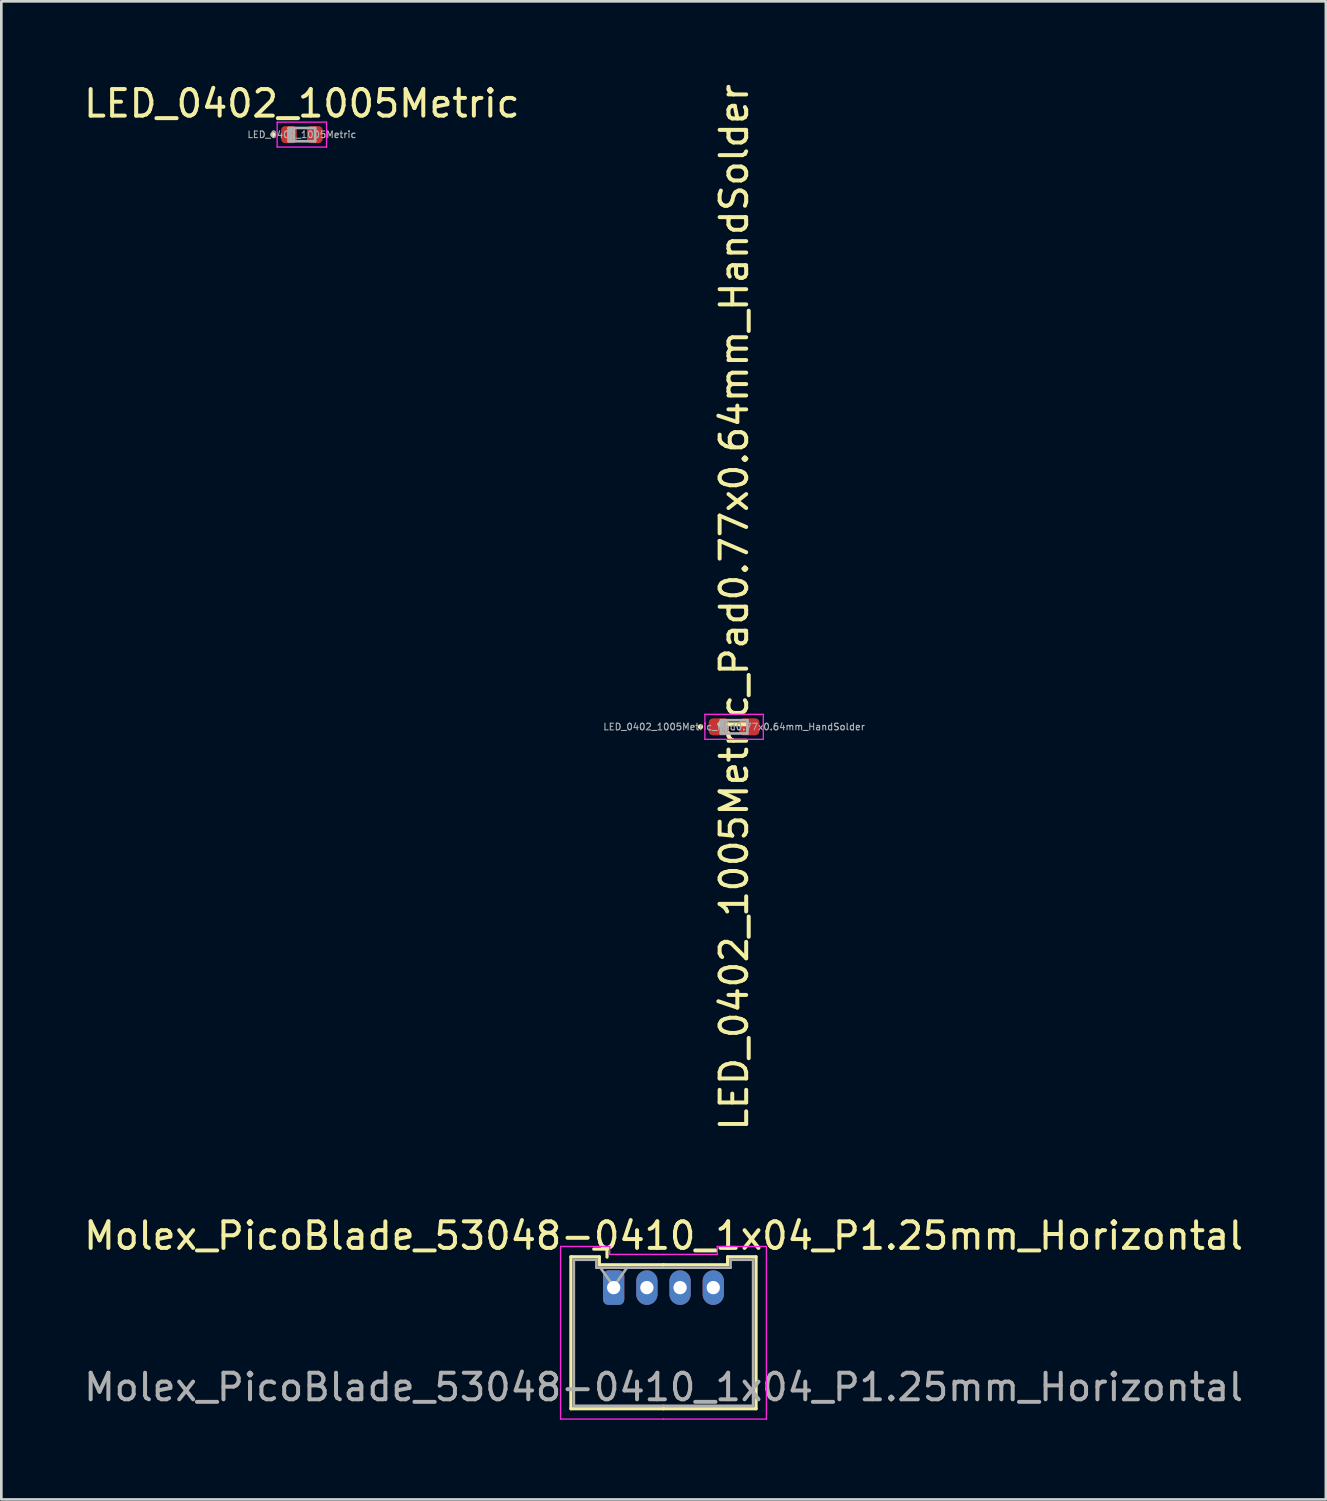
<source format=kicad_pcb>
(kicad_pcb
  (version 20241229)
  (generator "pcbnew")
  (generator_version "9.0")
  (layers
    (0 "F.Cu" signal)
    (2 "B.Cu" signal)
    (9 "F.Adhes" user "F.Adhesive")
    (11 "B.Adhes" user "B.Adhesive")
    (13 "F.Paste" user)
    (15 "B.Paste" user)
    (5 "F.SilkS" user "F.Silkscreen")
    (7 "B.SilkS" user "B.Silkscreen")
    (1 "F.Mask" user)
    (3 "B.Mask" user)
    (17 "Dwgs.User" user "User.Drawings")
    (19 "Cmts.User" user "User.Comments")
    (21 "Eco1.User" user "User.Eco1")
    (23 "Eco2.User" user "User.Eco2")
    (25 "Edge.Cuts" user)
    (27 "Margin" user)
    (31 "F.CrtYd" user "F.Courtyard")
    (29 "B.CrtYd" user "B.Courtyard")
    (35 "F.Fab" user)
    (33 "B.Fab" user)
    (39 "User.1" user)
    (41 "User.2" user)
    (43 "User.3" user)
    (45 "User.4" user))
  (footprint "Molex_PicoBlade_53048-0410_1x04_P1.25mm_Horizontal"
    (layer "F.Cu")
    (at 20.055 45.429)
    (property "Reference" "Molex_PicoBlade_53048-0410_1x04_P1.25mm_Horizontal" (at 1.88 -1.95 180) (layer "F.SilkS") (effects (font (size 1 1) (thickness 0.15))))
    (attr through_hole)
    (fp_line (start -1.61 -1.16) (end -1.61 4.56) (stroke (width 0.12) (type solid)) (layer "F.SilkS"))
    (fp_line (start -1.61 4.56) (end 1.875 4.56) (stroke (width 0.12) (type solid)) (layer "F.SilkS"))
    (fp_line (start -0.54 -1.16) (end -1.61 -1.16) (stroke (width 0.12) (type solid)) (layer "F.SilkS"))
    (fp_line (start -0.54 -0.86) (end -0.54 -1.16) (stroke (width 0.12) (type solid)) (layer "F.SilkS"))
    (fp_line (start -0.25 -1.45) (end -0.75 -1.45) (stroke (width 0.12) (type solid)) (layer "F.SilkS"))
    (fp_line (start -0.25 -1.15) (end -0.25 -1.45) (stroke (width 0.12) (type solid)) (layer "F.SilkS"))
    (fp_line (start 1.875 -0.86) (end -0.54 -0.86) (stroke (width 0.12) (type solid)) (layer "F.SilkS"))
    (fp_line (start 1.875 -0.86) (end 4.29 -0.86) (stroke (width 0.12) (type solid)) (layer "F.SilkS"))
    (fp_line (start 4.29 -1.16) (end 5.36 -1.16) (stroke (width 0.12) (type solid)) (layer "F.SilkS"))
    (fp_line (start 4.29 -0.86) (end 4.29 -1.16) (stroke (width 0.12) (type solid)) (layer "F.SilkS"))
    (fp_line (start 5.36 -1.16) (end 5.36 4.56) (stroke (width 0.12) (type solid)) (layer "F.SilkS"))
    (fp_line (start 5.36 4.56) (end 1.875 4.56) (stroke (width 0.12) (type solid)) (layer "F.SilkS"))
    (fp_line (start -2 -1.55) (end -2 4.95) (stroke (width 0.05) (type solid)) (layer "F.CrtYd"))
    (fp_line (start -2 4.95) (end 1.88 4.95) (stroke (width 0.05) (type solid)) (layer "F.CrtYd"))
    (fp_line (start -0.15 -1.55) (end -2 -1.55) (stroke (width 0.05) (type solid)) (layer "F.CrtYd"))
    (fp_line (start -0.15 -1.25) (end -0.15 -1.55) (stroke (width 0.05) (type solid)) (layer "F.CrtYd"))
    (fp_line (start 1.87 -1.25) (end 3.9 -1.25) (stroke (width 0.05) (type solid)) (layer "F.CrtYd"))
    (fp_line (start 1.88 -1.25) (end -0.15 -1.25) (stroke (width 0.05) (type solid)) (layer "F.CrtYd"))
    (fp_line (start 3.9 -1.55) (end 5.75 -1.55) (stroke (width 0.05) (type solid)) (layer "F.CrtYd"))
    (fp_line (start 3.9 -1.25) (end 3.9 -1.55) (stroke (width 0.05) (type solid)) (layer "F.CrtYd"))
    (fp_line (start 5.75 -1.55) (end 5.75 4.95) (stroke (width 0.05) (type solid)) (layer "F.CrtYd"))
    (fp_line (start 5.75 4.95) (end 1.87 4.95) (stroke (width 0.05) (type solid)) (layer "F.CrtYd"))
    (fp_line (start -1.5 -1.05) (end -1.5 4.45) (stroke (width 0.1) (type solid)) (layer "F.Fab"))
    (fp_line (start -1.5 4.45) (end 1.875 4.45) (stroke (width 0.1) (type solid)) (layer "F.Fab"))
    (fp_line (start -0.65 -1.05) (end -1.5 -1.05) (stroke (width 0.1) (type solid)) (layer "F.Fab"))
    (fp_line (start -0.65 -0.75) (end -0.65 -1.05) (stroke (width 0.1) (type solid)) (layer "F.Fab"))
    (fp_line (start -0.5 -0.75) (end 0 -0.043) (stroke (width 0.1) (type solid)) (layer "F.Fab"))
    (fp_line (start 0 -0.043) (end 0.5 -0.75) (stroke (width 0.1) (type solid)) (layer "F.Fab"))
    (fp_line (start 1.875 -0.75) (end -0.65 -0.75) (stroke (width 0.1) (type solid)) (layer "F.Fab"))
    (fp_line (start 1.875 -0.75) (end 4.4 -0.75) (stroke (width 0.1) (type solid)) (layer "F.Fab"))
    (fp_line (start 4.4 -1.05) (end 5.25 -1.05) (stroke (width 0.1) (type solid)) (layer "F.Fab"))
    (fp_line (start 4.4 -0.75) (end 4.4 -1.05) (stroke (width 0.1) (type solid)) (layer "F.Fab"))
    (fp_line (start 5.25 -1.05) (end 5.25 4.45) (stroke (width 0.1) (type solid)) (layer "F.Fab"))
    (fp_line (start 5.25 4.45) (end 1.875 4.45) (stroke (width 0.1) (type solid)) (layer "F.Fab"))
    (fp_text user "${REFERENCE}" (at 1.88 3.75 180) (layer "F.Fab") (effects (font (size 1 1) (thickness 0.15))))
    (pad "1" thru_hole roundrect (at 0 0) (size 0.8 1.3) (drill 0.5) (layers "*.Cu" "*.Mask") (roundrect_rratio 0.25))
    (pad "2" thru_hole oval (at 1.25 0) (size 0.8 1.3) (drill 0.5) (layers "*.Cu" "*.Mask"))
    (pad "3" thru_hole oval (at 2.5 0) (size 0.8 1.3) (drill 0.5) (layers "*.Cu" "*.Mask"))
    (pad "4" thru_hole oval (at 3.75 0) (size 0.8 1.3) (drill 0.5) (layers "*.Cu" "*.Mask")))
  (footprint "LED_0402_1005Metric"
    (layer "F.Cu")
    (at 8.315 2.018)
    (property "Reference" "LED_0402_1005Metric" (at 0 -1.17 0) (layer "F.SilkS") (effects (font (size 1 1) (thickness 0.15))))
    (attr smd)
    (fp_circle (center -1.09 0) (end -1.04 0) (stroke (width 0.1) (type solid)) (fill no) (layer "F.SilkS"))
    (fp_line (start -0.93 -0.47) (end 0.93 -0.47) (stroke (width 0.05) (type solid)) (layer "F.CrtYd"))
    (fp_line (start -0.93 0.47) (end -0.93 -0.47) (stroke (width 0.05) (type solid)) (layer "F.CrtYd"))
    (fp_line (start 0.93 -0.47) (end 0.93 0.47) (stroke (width 0.05) (type solid)) (layer "F.CrtYd"))
    (fp_line (start 0.93 0.47) (end -0.93 0.47) (stroke (width 0.05) (type solid)) (layer "F.CrtYd"))
    (fp_line (start -0.5 -0.25) (end 0.5 -0.25) (stroke (width 0.1) (type solid)) (layer "F.Fab"))
    (fp_line (start -0.5 0.25) (end -0.5 -0.25) (stroke (width 0.1) (type solid)) (layer "F.Fab"))
    (fp_line (start -0.4 0.25) (end -0.4 -0.25) (stroke (width 0.1) (type solid)) (layer "F.Fab"))
    (fp_line (start -0.3 0.25) (end -0.3 -0.25) (stroke (width 0.1) (type solid)) (layer "F.Fab"))
    (fp_line (start 0.5 -0.25) (end 0.5 0.25) (stroke (width 0.1) (type solid)) (layer "F.Fab"))
    (fp_line (start 0.5 0.25) (end -0.5 0.25) (stroke (width 0.1) (type solid)) (layer "F.Fab"))
    (fp_text user "${REFERENCE}" (at 0 0 0) (layer "F.Fab") (effects (font (size 0.25 0.25) (thickness 0.04))))
    (pad "1" smd roundrect (at -0.485 0) (size 0.59 0.64) (layers "F.Cu" "F.Mask" "F.Paste") (roundrect_rratio 0.25))
    (pad "2" smd roundrect (at 0.485 0) (size 0.59 0.64) (layers "F.Cu" "F.Mask" "F.Paste") (roundrect_rratio 0.25)))
  (footprint "LED_0402_1005Metric_Pad0.77x0.64mm_HandSolder"
    (layer "F.Cu")
    (at 24.589 24.315)
    (property "Reference" "LED_0402_1005Metric_Pad0.77x0.64mm_HandSolder" (at 0 -4.5 90) (layer "F.SilkS") (effects (font (size 1 1) (thickness 0.15))))
    (attr smd)
    (fp_circle (center -1.265 0) (end -1.215 0) (stroke (width 0.1) (type solid)) (fill no) (layer "F.SilkS"))
    (fp_line (start -1.1 -0.47) (end 1.1 -0.47) (stroke (width 0.05) (type solid)) (layer "F.CrtYd"))
    (fp_line (start -1.1 0.47) (end -1.1 -0.47) (stroke (width 0.05) (type solid)) (layer "F.CrtYd"))
    (fp_line (start 1.1 -0.47) (end 1.1 0.47) (stroke (width 0.05) (type solid)) (layer "F.CrtYd"))
    (fp_line (start 1.1 0.47) (end -1.1 0.47) (stroke (width 0.05) (type solid)) (layer "F.CrtYd"))
    (fp_line (start -0.5 -0.25) (end 0.5 -0.25) (stroke (width 0.1) (type solid)) (layer "F.Fab"))
    (fp_line (start -0.5 0.25) (end -0.5 -0.25) (stroke (width 0.1) (type solid)) (layer "F.Fab"))
    (fp_line (start -0.4 0.25) (end -0.4 -0.25) (stroke (width 0.1) (type solid)) (layer "F.Fab"))
    (fp_line (start -0.3 0.25) (end -0.3 -0.25) (stroke (width 0.1) (type solid)) (layer "F.Fab"))
    (fp_line (start 0.5 -0.25) (end 0.5 0.25) (stroke (width 0.1) (type solid)) (layer "F.Fab"))
    (fp_line (start 0.5 0.25) (end -0.5 0.25) (stroke (width 0.1) (type solid)) (layer "F.Fab"))
    (fp_text user "${REFERENCE}" (at 0 0 0) (layer "F.Fab") (effects (font (size 0.25 0.25) (thickness 0.04))))
    (pad "1" smd roundrect (at -0.573 0) (size 0.765 0.64) (layers "F.Cu" "F.Mask" "F.Paste") (roundrect_rratio 0.25))
    (pad "2" smd roundrect (at 0.573 0) (size 0.765 0.64) (layers "F.Cu" "F.Mask" "F.Paste") (roundrect_rratio 0.25)))
  (gr_rect
    (start -3 -3)
    (end 46.869 53.404)
    (stroke (width 0.1) (type default))
    (fill no)
    (layer "Edge.Cuts")))
</source>
